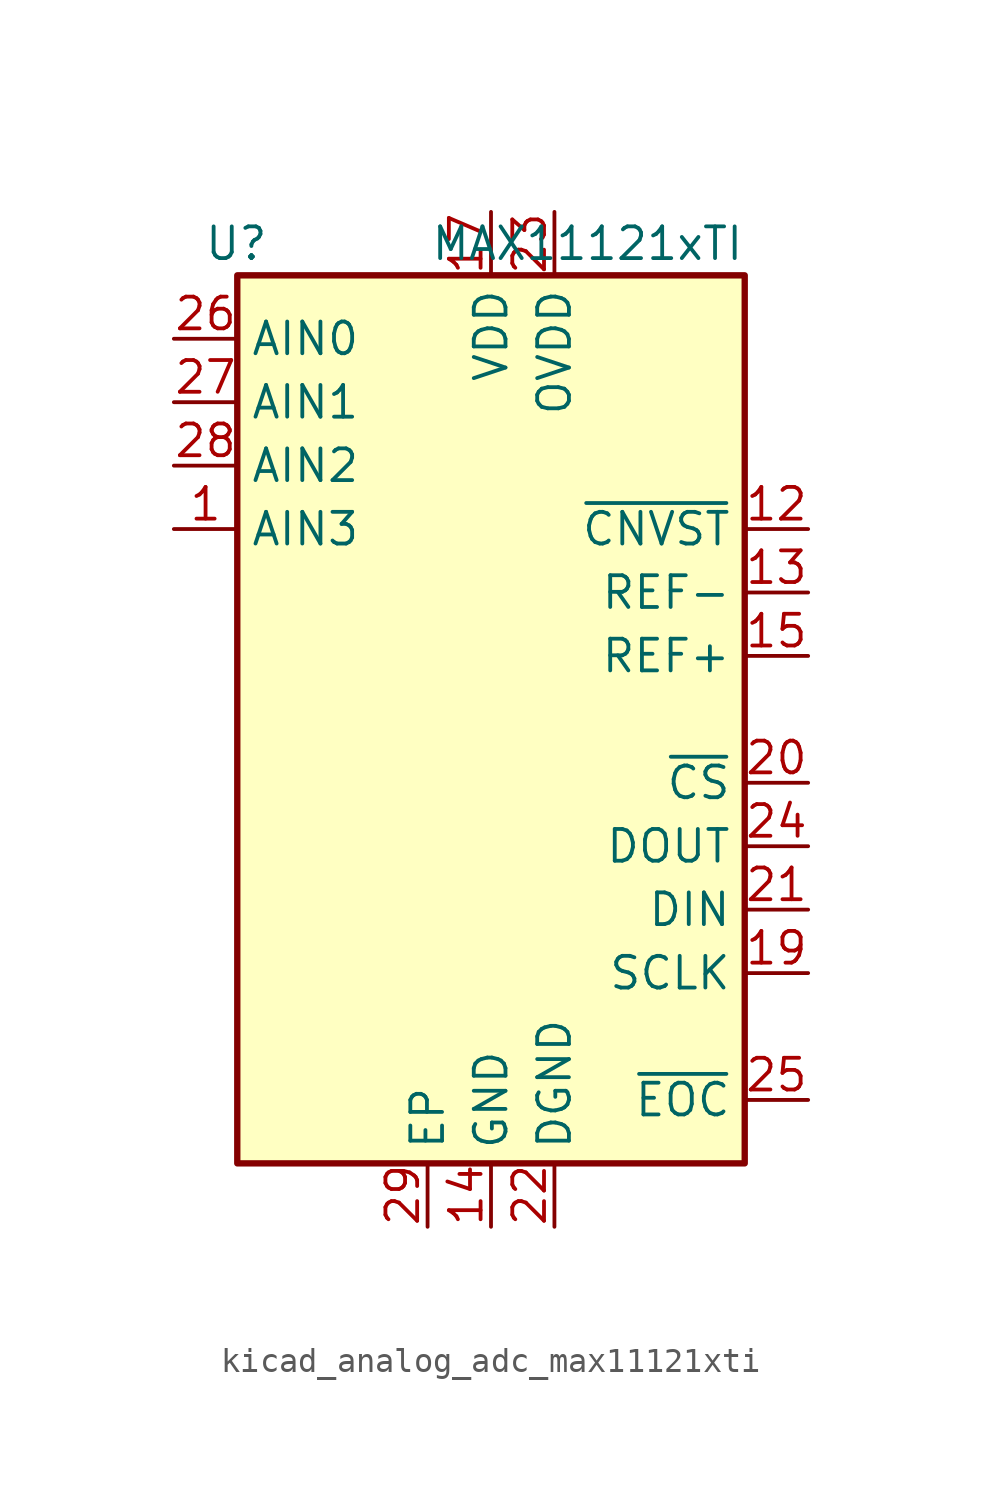
<source format=kicad_sym>
(kicad_symbol_lib
  (version 20220914)
  (generator kicad_symbol_editor)
  (symbol "kicad_analog_adc_max11121xti"
    (property "Reference" "U"
      (at -8.89 19.05 0)
      (effects (font (size 1.27 1.27)) (justify right)))
    (property "Value" "MAX11121xTI"
      (at 10.16 19.05 0)
      (effects (font (size 1.27 1.27)) (justify right)))
    (symbol "kicad_analog_adc_max11121xti_0_1"
      (rectangle (start 10.16 17.78) (end -10.16 -17.78) (stroke (width 0.254) (type default)) (fill (type background))))
    (symbol "kicad_analog_adc_max11121xti_1_1"
      (pin input line (at -12.7 7.62 0) (length 2.54) (name "AIN3" (effects (font (size 1.27 1.27)))) (number "1" (effects (font (size 1.27 1.27)))))
      (pin passive line (at 0 -20.32 90) (length 2.54) hide (name "GND" (effects (font (size 1.27 1.27)))) (number "10" (effects (font (size 1.27 1.27)))))
      (pin passive line (at 0 -20.32 90) (length 2.54) hide (name "GND" (effects (font (size 1.27 1.27)))) (number "11" (effects (font (size 1.27 1.27)))))
      (pin input line (at 12.7 7.62 180) (length 2.54) (name "~{CNVST}" (effects (font (size 1.27 1.27)))) (number "12" (effects (font (size 1.27 1.27)))))
      (pin input line (at 12.7 5.08 180) (length 2.54) (name "REF-" (effects (font (size 1.27 1.27)))) (number "13" (effects (font (size 1.27 1.27)))))
      (pin power_in line (at 0 -20.32 90) (length 2.54) (name "GND" (effects (font (size 1.27 1.27)))) (number "14" (effects (font (size 1.27 1.27)))))
      (pin input line (at 12.7 2.54 180) (length 2.54) (name "REF+" (effects (font (size 1.27 1.27)))) (number "15" (effects (font (size 1.27 1.27)))))
      (pin passive line (at 0 -20.32 90) (length 2.54) hide (name "GND" (effects (font (size 1.27 1.27)))) (number "16" (effects (font (size 1.27 1.27)))))
      (pin power_in line (at 0 20.32 270) (length 2.54) (name "VDD" (effects (font (size 1.27 1.27)))) (number "17" (effects (font (size 1.27 1.27)))))
      (pin passive line (at 0 20.32 270) (length 2.54) hide (name "VDD" (effects (font (size 1.27 1.27)))) (number "18" (effects (font (size 1.27 1.27)))))
      (pin input line (at 12.7 -10.16 180) (length 2.54) (name "SCLK" (effects (font (size 1.27 1.27)))) (number "19" (effects (font (size 1.27 1.27)))))
      (pin passive line (at 0 -20.32 90) (length 2.54) hide (name "GND" (effects (font (size 1.27 1.27)))) (number "2" (effects (font (size 1.27 1.27)))))
      (pin input line (at 12.7 -2.54 180) (length 2.54) (name "~{CS}" (effects (font (size 1.27 1.27)))) (number "20" (effects (font (size 1.27 1.27)))))
      (pin input line (at 12.7 -7.62 180) (length 2.54) (name "DIN" (effects (font (size 1.27 1.27)))) (number "21" (effects (font (size 1.27 1.27)))))
      (pin power_in line (at 2.54 -20.32 90) (length 2.54) (name "DGND" (effects (font (size 1.27 1.27)))) (number "22" (effects (font (size 1.27 1.27)))))
      (pin power_in line (at 2.54 20.32 270) (length 2.54) (name "OVDD" (effects (font (size 1.27 1.27)))) (number "23" (effects (font (size 1.27 1.27)))))
      (pin output line (at 12.7 -5.08 180) (length 2.54) (name "DOUT" (effects (font (size 1.27 1.27)))) (number "24" (effects (font (size 1.27 1.27)))))
      (pin output line (at 12.7 -15.24 180) (length 2.54) (name "~{EOC}" (effects (font (size 1.27 1.27)))) (number "25" (effects (font (size 1.27 1.27)))))
      (pin input line (at -12.7 15.24 0) (length 2.54) (name "AIN0" (effects (font (size 1.27 1.27)))) (number "26" (effects (font (size 1.27 1.27)))))
      (pin input line (at -12.7 12.7 0) (length 2.54) (name "AIN1" (effects (font (size 1.27 1.27)))) (number "27" (effects (font (size 1.27 1.27)))))
      (pin input line (at -12.7 10.16 0) (length 2.54) (name "AIN2" (effects (font (size 1.27 1.27)))) (number "28" (effects (font (size 1.27 1.27)))))
      (pin power_in line (at -2.54 -20.32 90) (length 2.54) (name "EP" (effects (font (size 1.27 1.27)))) (number "29" (effects (font (size 1.27 1.27)))))
      (pin passive line (at 0 -20.32 90) (length 2.54) hide (name "GND" (effects (font (size 1.27 1.27)))) (number "3" (effects (font (size 1.27 1.27)))))
      (pin passive line (at 0 -20.32 90) (length 2.54) hide (name "GND" (effects (font (size 1.27 1.27)))) (number "4" (effects (font (size 1.27 1.27)))))
      (pin passive line (at 0 -20.32 90) (length 2.54) hide (name "GND" (effects (font (size 1.27 1.27)))) (number "5" (effects (font (size 1.27 1.27)))))
      (pin passive line (at 0 -20.32 90) (length 2.54) hide (name "GND" (effects (font (size 1.27 1.27)))) (number "6" (effects (font (size 1.27 1.27)))))
      (pin passive line (at 0 -20.32 90) (length 2.54) hide (name "GND" (effects (font (size 1.27 1.27)))) (number "7" (effects (font (size 1.27 1.27)))))
      (pin passive line (at 0 -20.32 90) (length 2.54) hide (name "GND" (effects (font (size 1.27 1.27)))) (number "8" (effects (font (size 1.27 1.27)))))
      (pin passive line (at 0 -20.32 90) (length 2.54) hide (name "GND" (effects (font (size 1.27 1.27)))) (number "9" (effects (font (size 1.27 1.27))))))))
</source>
